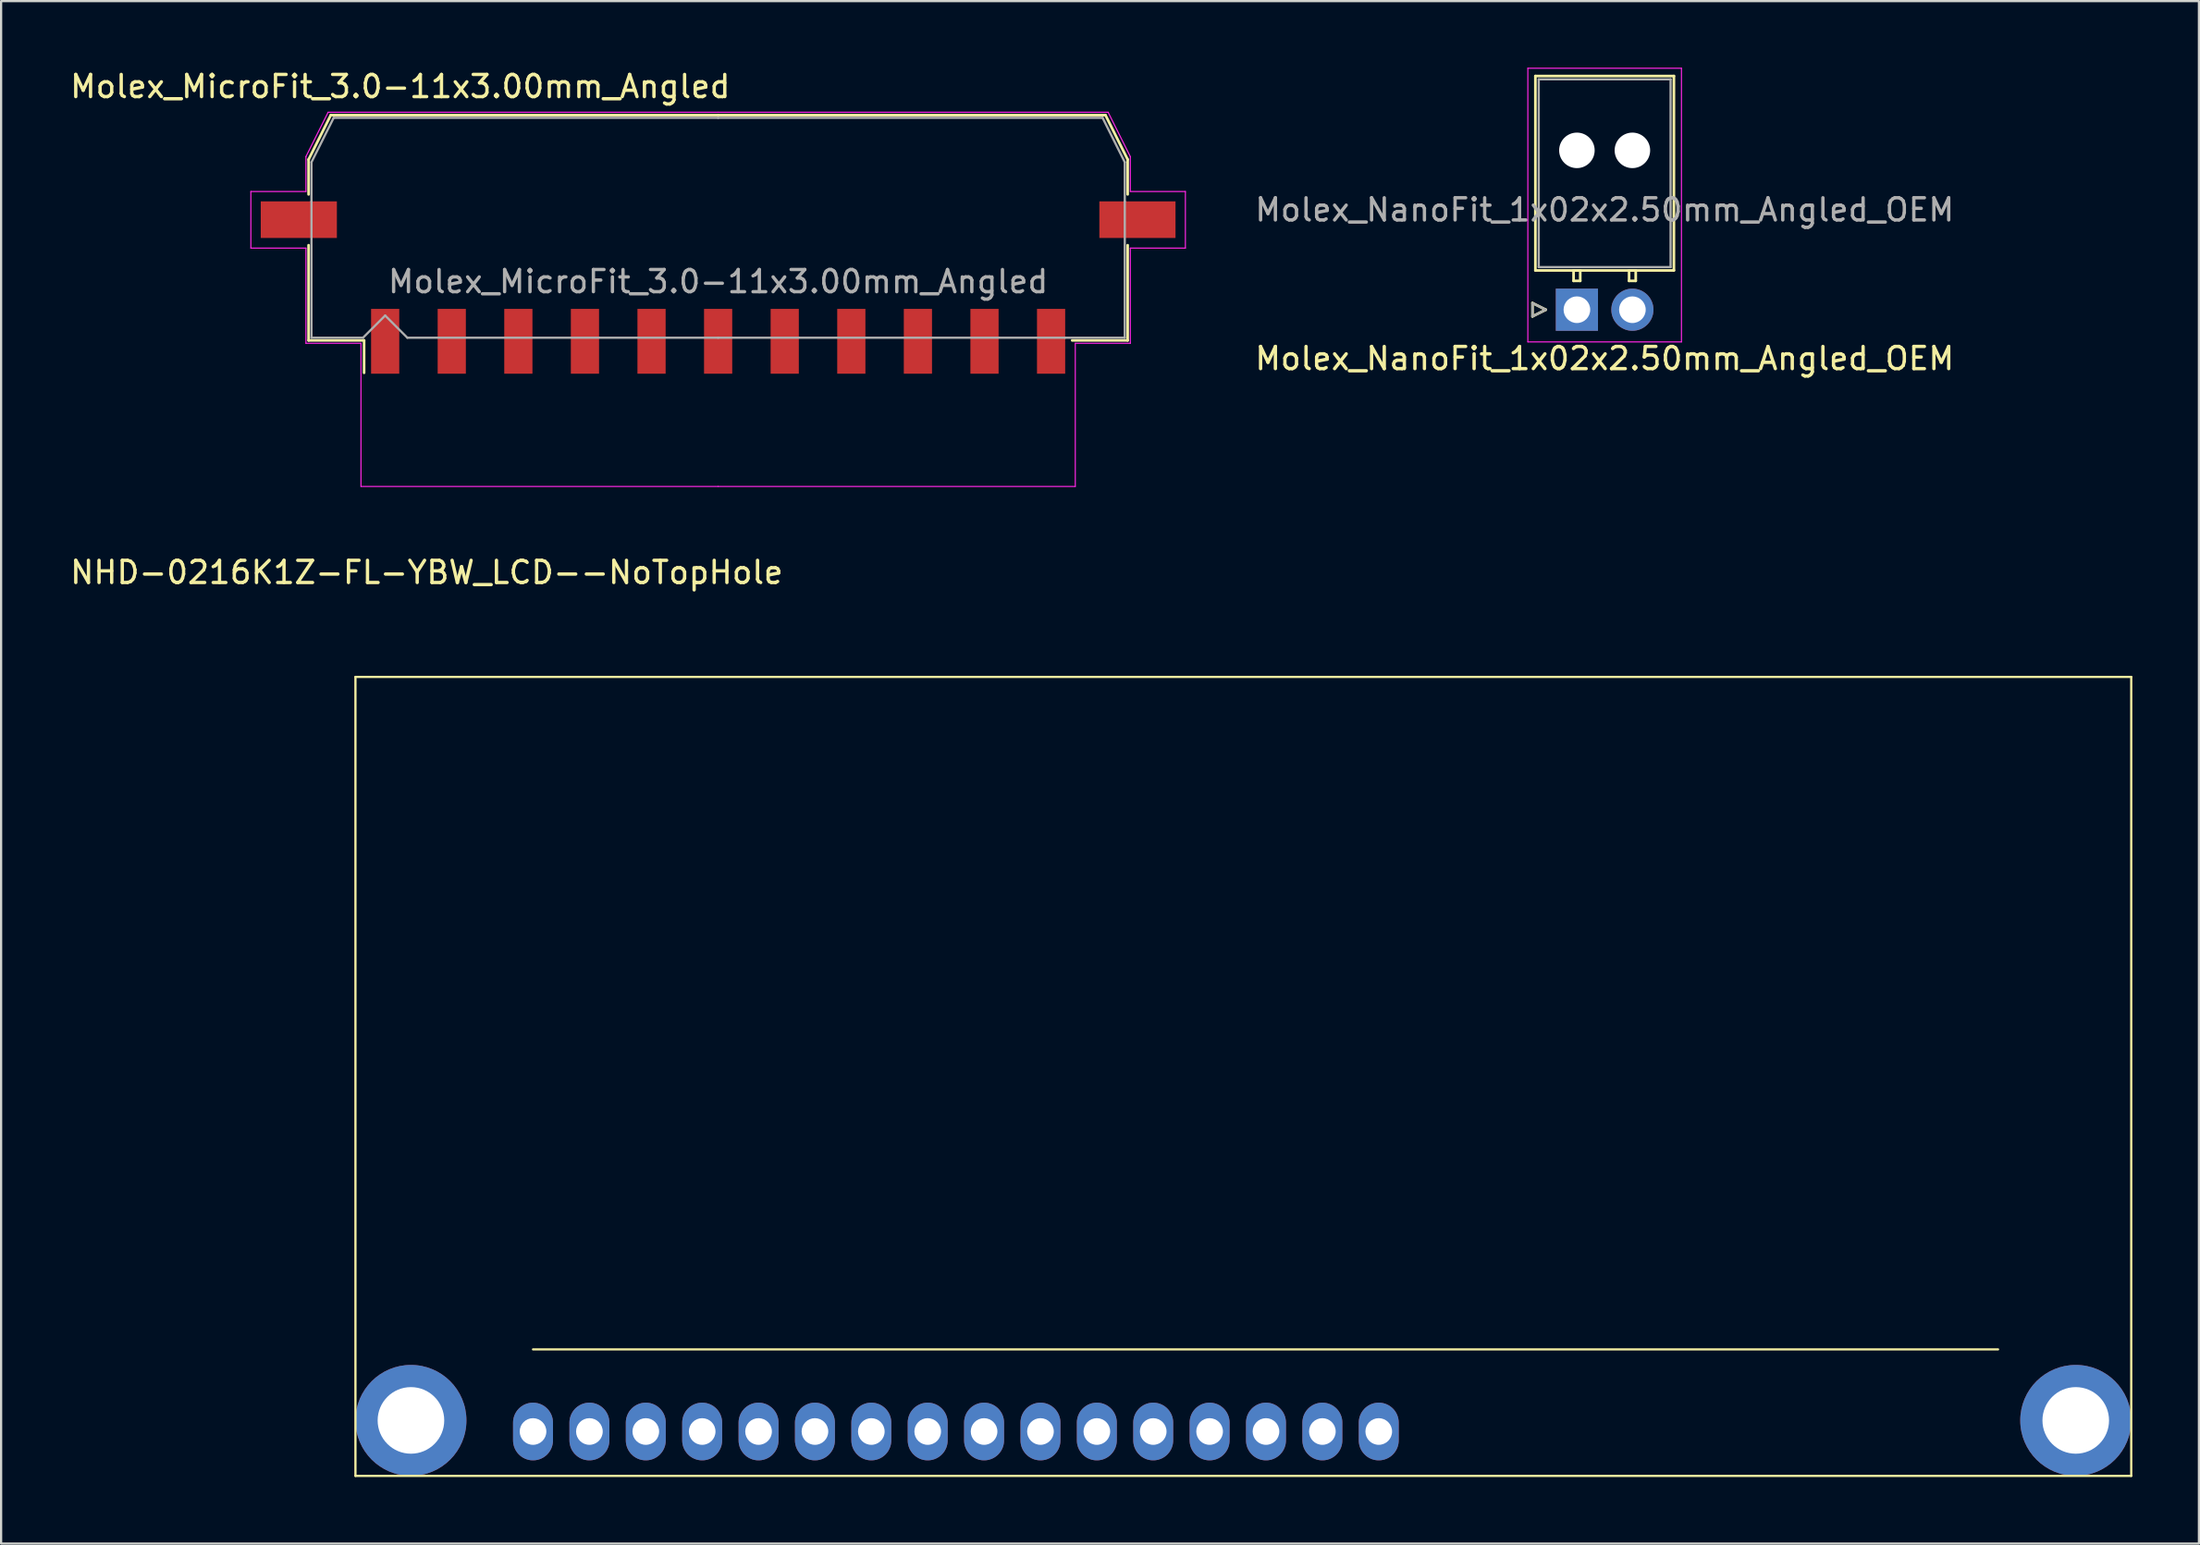
<source format=kicad_pcb>
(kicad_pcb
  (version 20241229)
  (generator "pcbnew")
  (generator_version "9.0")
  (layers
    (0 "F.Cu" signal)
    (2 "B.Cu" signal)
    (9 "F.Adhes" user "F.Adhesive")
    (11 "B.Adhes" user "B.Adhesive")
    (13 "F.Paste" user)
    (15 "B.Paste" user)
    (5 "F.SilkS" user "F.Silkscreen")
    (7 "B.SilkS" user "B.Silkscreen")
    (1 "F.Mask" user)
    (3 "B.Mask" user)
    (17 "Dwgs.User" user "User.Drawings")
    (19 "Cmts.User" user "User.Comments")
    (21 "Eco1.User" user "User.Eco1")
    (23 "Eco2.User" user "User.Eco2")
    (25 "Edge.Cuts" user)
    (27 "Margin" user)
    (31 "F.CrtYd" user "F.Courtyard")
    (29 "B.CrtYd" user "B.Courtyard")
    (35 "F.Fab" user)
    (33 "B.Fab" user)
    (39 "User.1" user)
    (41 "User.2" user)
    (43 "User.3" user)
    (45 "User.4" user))
  (footprint "NHD-0216K1Z-FL-YBW_LCD--NoTopHole"
    (layer "F.Cu")
    (at 59.063 61.451)
    (property "Reference" "NHD-0216K1Z-FL-YBW_LCD--NoTopHole" (at -42.89 -38.71 0) (layer "F.SilkS") (effects (font (size 1 1) (thickness 0.15))))
    (attr through_hole)
    (fp_line (start -46.1 2) (end -46.1 -34) (stroke (width 0.1) (type solid)) (layer "F.SilkS"))
    (fp_line (start -46.1 2) (end 33.9 2) (stroke (width 0.1) (type solid)) (layer "F.SilkS"))
    (fp_line (start -38.1 -3.7) (end 27.9 -3.7) (stroke (width 0.1) (type solid)) (layer "F.SilkS"))
    (fp_line (start 33.9 -34) (end -46.1 -34) (stroke (width 0.1) (type solid)) (layer "F.SilkS"))
    (fp_line (start 33.9 -34) (end 33.9 2) (stroke (width 0.1) (type solid)) (layer "F.SilkS"))
    (pad "0" thru_hole circle (at -43.6 -0.5) (size 5 5) (drill 3) (layers "*.Cu" "*.Mask"))
    (pad "0" thru_hole circle (at 31.4 -0.5) (size 5 5) (drill 3) (layers "*.Cu" "*.Mask"))
    (pad "1" thru_hole oval (at -38.1 0) (size 1.8 2.6) (drill 1.2) (layers "*.Cu" "*.Mask"))
    (pad "2" thru_hole oval (at -35.56 0) (size 1.8 2.6) (drill 1.2) (layers "*.Cu" "*.Mask"))
    (pad "3" thru_hole oval (at -33.02 0) (size 1.8 2.6) (drill 1.2) (layers "*.Cu" "*.Mask"))
    (pad "4" thru_hole oval (at -30.48 0) (size 1.8 2.6) (drill 1.2) (layers "*.Cu" "*.Mask"))
    (pad "5" thru_hole oval (at -27.94 0) (size 1.8 2.6) (drill 1.2) (layers "*.Cu" "*.Mask"))
    (pad "6" thru_hole oval (at -25.4 0) (size 1.8 2.6) (drill 1.2) (layers "*.Cu" "*.Mask"))
    (pad "7" thru_hole oval (at -22.86 0) (size 1.8 2.6) (drill 1.2) (layers "*.Cu" "*.Mask"))
    (pad "8" thru_hole oval (at -20.32 0) (size 1.8 2.6) (drill 1.2) (layers "*.Cu" "*.Mask"))
    (pad "9" thru_hole oval (at -17.78 0) (size 1.8 2.6) (drill 1.2) (layers "*.Cu" "*.Mask"))
    (pad "10" thru_hole oval (at -15.24 0) (size 1.8 2.6) (drill 1.2) (layers "*.Cu" "*.Mask"))
    (pad "11" thru_hole oval (at -12.7 0) (size 1.8 2.6) (drill 1.2) (layers "*.Cu" "*.Mask"))
    (pad "12" thru_hole oval (at -10.16 0) (size 1.8 2.6) (drill 1.2) (layers "*.Cu" "*.Mask"))
    (pad "13" thru_hole oval (at -7.62 0) (size 1.8 2.6) (drill 1.2) (layers "*.Cu" "*.Mask"))
    (pad "14" thru_hole oval (at -5.08 0) (size 1.8 2.6) (drill 1.2) (layers "*.Cu" "*.Mask"))
    (pad "15" thru_hole oval (at -2.54 0) (size 1.8 2.6) (drill 1.2) (layers "*.Cu" "*.Mask"))
    (pad "16" thru_hole oval (at 0 0) (size 1.8 2.6) (drill 1.2) (layers "*.Cu" "*.Mask")))
  (footprint "Molex_NanoFit_1x02x2.50mm_Angled_OEM"
    (layer "F.Cu")
    (at 67.99 10.905)
    (property "Reference" "Molex_NanoFit_1x02x2.50mm_Angled_OEM" (at 1.25 2.2 0) (layer "F.SilkS") (effects (font (size 1 1) (thickness 0.15))))
    (attr through_hole)
    (fp_line (start -2 -0.3) (end -1.4 0) (stroke (width 0.12) (type solid)) (layer "F.SilkS"))
    (fp_line (start -2 0.3) (end -2 -0.3) (stroke (width 0.12) (type solid)) (layer "F.SilkS"))
    (fp_line (start -1.87 -10.53) (end -1.87 -1.77) (stroke (width 0.12) (type solid)) (layer "F.SilkS"))
    (fp_line (start -1.87 -1.77) (end 4.37 -1.77) (stroke (width 0.12) (type solid)) (layer "F.SilkS"))
    (fp_line (start -1.4 0) (end -2 0.3) (stroke (width 0.12) (type solid)) (layer "F.SilkS"))
    (fp_line (start -0.15 -1.77) (end -0.15 -1.3) (stroke (width 0.12) (type solid)) (layer "F.SilkS"))
    (fp_line (start -0.15 -1.3) (end 0.15 -1.3) (stroke (width 0.12) (type solid)) (layer "F.SilkS"))
    (fp_line (start 0.15 -1.77) (end -0.15 -1.77) (stroke (width 0.12) (type solid)) (layer "F.SilkS"))
    (fp_line (start 0.15 -1.3) (end 0.15 -1.77) (stroke (width 0.12) (type solid)) (layer "F.SilkS"))
    (fp_line (start 2.35 -1.77) (end 2.35 -1.3) (stroke (width 0.12) (type solid)) (layer "F.SilkS"))
    (fp_line (start 2.35 -1.3) (end 2.65 -1.3) (stroke (width 0.12) (type solid)) (layer "F.SilkS"))
    (fp_line (start 2.65 -1.77) (end 2.35 -1.77) (stroke (width 0.12) (type solid)) (layer "F.SilkS"))
    (fp_line (start 2.65 -1.3) (end 2.65 -1.77) (stroke (width 0.12) (type solid)) (layer "F.SilkS"))
    (fp_line (start 4.37 -10.53) (end -1.87 -10.53) (stroke (width 0.12) (type solid)) (layer "F.SilkS"))
    (fp_line (start 4.37 -1.77) (end 4.37 -10.53) (stroke (width 0.12) (type solid)) (layer "F.SilkS"))
    (fp_line (start -2.21 -10.88) (end -2.21 1.45) (stroke (width 0.05) (type solid)) (layer "F.CrtYd"))
    (fp_line (start -2.21 1.45) (end 4.71 1.45) (stroke (width 0.05) (type solid)) (layer "F.CrtYd"))
    (fp_line (start 4.71 -10.88) (end -2.21 -10.88) (stroke (width 0.05) (type solid)) (layer "F.CrtYd"))
    (fp_line (start 4.71 1.45) (end 4.71 -10.88) (stroke (width 0.05) (type solid)) (layer "F.CrtYd"))
    (fp_line (start -2 -0.3) (end -1.4 0) (stroke (width 0.1) (type solid)) (layer "F.Fab"))
    (fp_line (start -2 0.3) (end -2 -0.3) (stroke (width 0.1) (type solid)) (layer "F.Fab"))
    (fp_line (start -1.72 -10.38) (end -1.72 -1.92) (stroke (width 0.1) (type solid)) (layer "F.Fab"))
    (fp_line (start -1.72 -1.92) (end 4.22 -1.92) (stroke (width 0.1) (type solid)) (layer "F.Fab"))
    (fp_line (start -1.4 0) (end -2 0.3) (stroke (width 0.1) (type solid)) (layer "F.Fab"))
    (fp_line (start 4.22 -10.38) (end -1.72 -10.38) (stroke (width 0.1) (type solid)) (layer "F.Fab"))
    (fp_line (start 4.22 -1.92) (end 4.22 -10.38) (stroke (width 0.1) (type solid)) (layer "F.Fab"))
    (fp_text user "${REFERENCE}" (at 1.25 -4.5 0) (layer "F.Fab") (effects (font (size 1 1) (thickness 0.15))))
    (pad "" np_thru_hole circle (at 0 -7.18) (size 1.6 1.6) (drill 1.6) (layers "*.Cu" "*.Mask"))
    (pad "" np_thru_hole circle (at 2.5 -7.18) (size 1.6 1.6) (drill 1.6) (layers "*.Cu" "*.Mask"))
    (pad "1" thru_hole rect (at 0 0) (size 1.9 1.9) (drill 1.2) (layers "*.Cu" "*.Mask"))
    (pad "2" thru_hole circle (at 2.5 0) (size 1.9 1.9) (drill 1.2) (layers "*.Cu" "*.Mask")))
  (footprint "Molex_MicroFit_3.0-11x3.00mm_Angled"
    (layer "F.Cu")
    (at 29.302 14.638)
    (property "Reference" "Molex_MicroFit_3.0-11x3.00mm_Angled" (at -14.32 -13.79 0) (layer "F.SilkS") (effects (font (size 1 1) (thickness 0.15))))
    (attr smd)
    (fp_line (start -18.45 -10.5) (end -18.45 -8.93) (stroke (width 0.12) (type solid)) (layer "F.SilkS"))
    (fp_line (start -18.45 -6.64) (end -18.45 -2.35) (stroke (width 0.12) (type solid)) (layer "F.SilkS"))
    (fp_line (start -18.45 -2.35) (end -15.95 -2.35) (stroke (width 0.12) (type solid)) (layer "F.SilkS"))
    (fp_line (start -17.45 -12.5) (end -18.45 -10.5) (stroke (width 0.12) (type solid)) (layer "F.SilkS"))
    (fp_line (start -15.95 -2.35) (end -15.95 -0.89) (stroke (width 0.12) (type solid)) (layer "F.SilkS"))
    (fp_line (start 0 -12.5) (end -17.45 -12.5) (stroke (width 0.12) (type solid)) (layer "F.SilkS"))
    (fp_line (start 0 -12.5) (end 17.45 -12.5) (stroke (width 0.12) (type solid)) (layer "F.SilkS"))
    (fp_line (start 17.45 -12.5) (end 18.45 -10.5) (stroke (width 0.12) (type solid)) (layer "F.SilkS"))
    (fp_line (start 18.45 -10.5) (end 18.45 -8.93) (stroke (width 0.12) (type solid)) (layer "F.SilkS"))
    (fp_line (start 18.45 -6.64) (end 18.45 -2.35) (stroke (width 0.12) (type solid)) (layer "F.SilkS"))
    (fp_line (start 18.45 -2.35) (end 15.95 -2.35) (stroke (width 0.12) (type solid)) (layer "F.SilkS"))
    (fp_line (start -21.05 -9.06) (end -21.05 -6.51) (stroke (width 0.05) (type solid)) (layer "F.CrtYd"))
    (fp_line (start -21.05 -6.51) (end -18.57 -6.51) (stroke (width 0.05) (type solid)) (layer "F.CrtYd"))
    (fp_line (start -18.57 -10.63) (end -18.57 -9.06) (stroke (width 0.05) (type solid)) (layer "F.CrtYd"))
    (fp_line (start -18.57 -9.06) (end -21.05 -9.06) (stroke (width 0.05) (type solid)) (layer "F.CrtYd"))
    (fp_line (start -18.57 -6.51) (end -18.57 -2.22) (stroke (width 0.05) (type solid)) (layer "F.CrtYd"))
    (fp_line (start -18.57 -2.22) (end -16.09 -2.22) (stroke (width 0.05) (type solid)) (layer "F.CrtYd"))
    (fp_line (start -17.57 -12.63) (end -18.57 -10.63) (stroke (width 0.05) (type solid)) (layer "F.CrtYd"))
    (fp_line (start -16.09 -2.22) (end -16.09 4.23) (stroke (width 0.05) (type solid)) (layer "F.CrtYd"))
    (fp_line (start -16.09 4.23) (end 0 4.23) (stroke (width 0.05) (type solid)) (layer "F.CrtYd"))
    (fp_line (start 0 -12.63) (end -17.57 -12.63) (stroke (width 0.05) (type solid)) (layer "F.CrtYd"))
    (fp_line (start 0 -12.63) (end 17.57 -12.63) (stroke (width 0.05) (type solid)) (layer "F.CrtYd"))
    (fp_line (start 16.09 -2.22) (end 16.09 4.23) (stroke (width 0.05) (type solid)) (layer "F.CrtYd"))
    (fp_line (start 16.09 4.23) (end 0 4.23) (stroke (width 0.05) (type solid)) (layer "F.CrtYd"))
    (fp_line (start 17.57 -12.63) (end 18.57 -10.63) (stroke (width 0.05) (type solid)) (layer "F.CrtYd"))
    (fp_line (start 18.57 -10.63) (end 18.57 -9.06) (stroke (width 0.05) (type solid)) (layer "F.CrtYd"))
    (fp_line (start 18.57 -9.06) (end 21.05 -9.06) (stroke (width 0.05) (type solid)) (layer "F.CrtYd"))
    (fp_line (start 18.57 -6.51) (end 18.57 -2.22) (stroke (width 0.05) (type solid)) (layer "F.CrtYd"))
    (fp_line (start 18.57 -2.22) (end 16.09 -2.22) (stroke (width 0.05) (type solid)) (layer "F.CrtYd"))
    (fp_line (start 21.05 -9.06) (end 21.05 -6.51) (stroke (width 0.05) (type solid)) (layer "F.CrtYd"))
    (fp_line (start 21.05 -6.51) (end 18.57 -6.51) (stroke (width 0.05) (type solid)) (layer "F.CrtYd"))
    (fp_line (start -18.32 -10.38) (end -18.32 -8.61) (stroke (width 0.1) (type solid)) (layer "F.Fab"))
    (fp_line (start -18.32 -8.61) (end -18.32 -2.47) (stroke (width 0.1) (type solid)) (layer "F.Fab"))
    (fp_line (start -18.32 -2.47) (end -16 -2.47) (stroke (width 0.1) (type solid)) (layer "F.Fab"))
    (fp_line (start -17.32 -12.38) (end -18.32 -10.38) (stroke (width 0.1) (type solid)) (layer "F.Fab"))
    (fp_line (start -16 -2.47) (end -15 -3.47) (stroke (width 0.1) (type solid)) (layer "F.Fab"))
    (fp_line (start -15 -3.47) (end -14 -2.47) (stroke (width 0.1) (type solid)) (layer "F.Fab"))
    (fp_line (start -14 -2.47) (end 0 -2.47) (stroke (width 0.1) (type solid)) (layer "F.Fab"))
    (fp_line (start 0 -12.38) (end -17.32 -12.38) (stroke (width 0.1) (type solid)) (layer "F.Fab"))
    (fp_line (start 0 -12.38) (end 17.32 -12.38) (stroke (width 0.1) (type solid)) (layer "F.Fab"))
    (fp_line (start 15.63 -2.47) (end 0 -2.47) (stroke (width 0.1) (type solid)) (layer "F.Fab"))
    (fp_line (start 17.32 -12.38) (end 18.32 -10.38) (stroke (width 0.1) (type solid)) (layer "F.Fab"))
    (fp_line (start 18.32 -10.38) (end 18.32 -8.61) (stroke (width 0.1) (type solid)) (layer "F.Fab"))
    (fp_line (start 18.32 -8.61) (end 18.32 -2.47) (stroke (width 0.1) (type solid)) (layer "F.Fab"))
    (fp_line (start 18.32 -2.47) (end 15.63 -2.47) (stroke (width 0.1) (type solid)) (layer "F.Fab"))
    (fp_text user "${REFERENCE}" (at 0 -5 0) (layer "F.Fab") (effects (font (size 1 1) (thickness 0.15))))
    (pad "" smd rect (at -18.89 -7.79) (size 3.43 1.65) (layers "F.Cu" "F.Mask" "F.Paste"))
    (pad "" smd rect (at 18.89 -7.79) (size 3.43 1.65) (layers "F.Cu" "F.Mask" "F.Paste"))
    (pad "1" smd rect (at -15 -2.31) (size 1.27 2.92) (layers "F.Cu" "F.Mask" "F.Paste"))
    (pad "2" smd rect (at -12 -2.31) (size 1.27 2.92) (layers "F.Cu" "F.Mask" "F.Paste"))
    (pad "3" smd rect (at -9 -2.31) (size 1.27 2.92) (layers "F.Cu" "F.Mask" "F.Paste"))
    (pad "4" smd rect (at -6 -2.31) (size 1.27 2.92) (layers "F.Cu" "F.Mask" "F.Paste"))
    (pad "5" smd rect (at -3 -2.31) (size 1.27 2.92) (layers "F.Cu" "F.Mask" "F.Paste"))
    (pad "6" smd rect (at 0 -2.31) (size 1.27 2.92) (layers "F.Cu" "F.Mask" "F.Paste"))
    (pad "7" smd rect (at 3 -2.31) (size 1.27 2.92) (layers "F.Cu" "F.Mask" "F.Paste"))
    (pad "8" smd rect (at 6 -2.31) (size 1.27 2.92) (layers "F.Cu" "F.Mask" "F.Paste"))
    (pad "9" smd rect (at 9 -2.31) (size 1.27 2.92) (layers "F.Cu" "F.Mask" "F.Paste"))
    (pad "10" smd rect (at 12 -2.31) (size 1.27 2.92) (layers "F.Cu" "F.Mask" "F.Paste"))
    (pad "11" smd rect (at 15 -2.31) (size 1.27 2.92) (layers "F.Cu" "F.Mask" "F.Paste")))
  (gr_rect
    (start -3 -3)
    (end 96.013 66.501)
    (stroke (width 0.1) (type default))
    (fill no)
    (layer "Edge.Cuts")))
</source>
